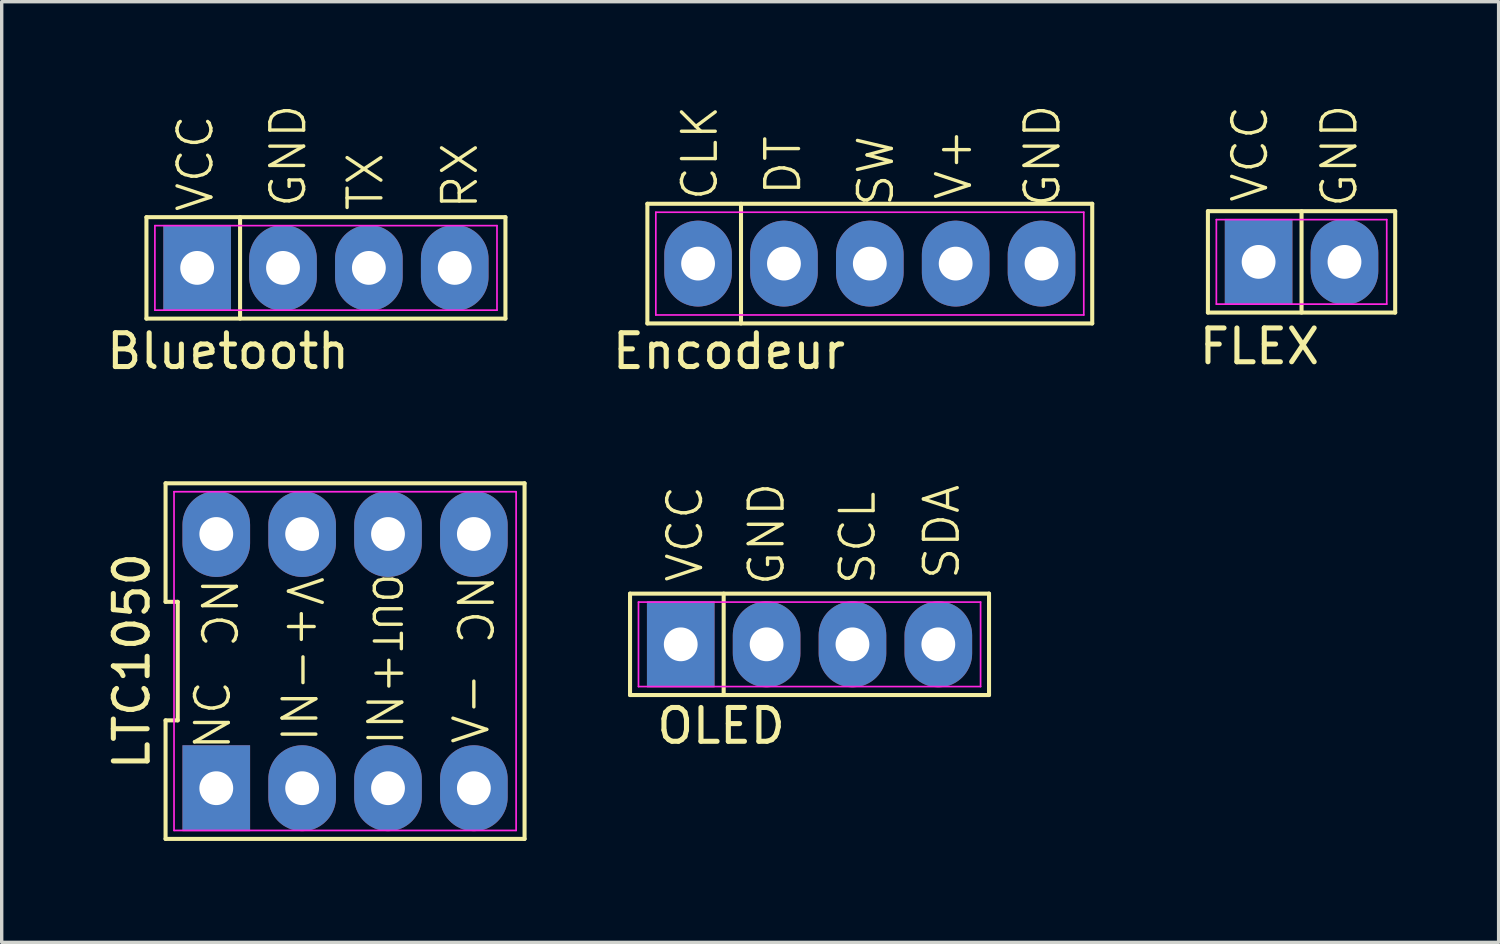
<source format=kicad_pcb>
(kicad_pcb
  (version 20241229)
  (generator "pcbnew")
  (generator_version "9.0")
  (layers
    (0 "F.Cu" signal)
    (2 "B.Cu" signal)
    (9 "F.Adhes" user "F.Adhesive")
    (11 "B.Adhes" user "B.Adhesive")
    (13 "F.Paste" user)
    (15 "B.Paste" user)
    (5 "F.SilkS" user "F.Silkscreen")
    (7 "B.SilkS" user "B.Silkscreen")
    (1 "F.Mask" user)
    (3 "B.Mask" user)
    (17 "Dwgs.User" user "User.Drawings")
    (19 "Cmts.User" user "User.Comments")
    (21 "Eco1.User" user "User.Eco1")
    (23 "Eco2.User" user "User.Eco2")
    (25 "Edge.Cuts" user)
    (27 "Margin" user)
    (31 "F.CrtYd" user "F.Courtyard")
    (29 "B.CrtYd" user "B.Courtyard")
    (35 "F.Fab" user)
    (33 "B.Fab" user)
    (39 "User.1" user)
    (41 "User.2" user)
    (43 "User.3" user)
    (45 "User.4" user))
  (footprint "OLED"
    (layer "F.Cu")
    (at 20.898 16.011)
    (property "Reference" "OLED" (at -2.616 2.413 0) (layer "F.SilkS") (effects (font (size 1 1) (thickness 0.15))))
    (attr through_hole)
    (fp_line (start -5.31 -1.5) (end 5.31 -1.5) (stroke (width 0.12) (type default)) (layer "F.SilkS"))
    (fp_line (start -5.31 1.5) (end -5.31 -1.5) (stroke (width 0.12) (type default)) (layer "F.SilkS"))
    (fp_line (start -2.54 -1.5) (end -2.54 1.5) (stroke (width 0.12) (type default)) (layer "F.SilkS"))
    (fp_line (start 5.31 -1.5) (end 5.31 1.5) (stroke (width 0.12) (type default)) (layer "F.SilkS"))
    (fp_line (start 5.31 1.5) (end -5.31 1.5) (stroke (width 0.12) (type default)) (layer "F.SilkS"))
    (fp_line (start -5.06 -1.25) (end 5.06 -1.25) (stroke (width 0.05) (type default)) (layer "F.CrtYd"))
    (fp_line (start -5.06 1.25) (end -5.06 -1.25) (stroke (width 0.05) (type default)) (layer "F.CrtYd"))
    (fp_line (start 5.06 -1.25) (end 5.06 1.25) (stroke (width 0.05) (type default)) (layer "F.CrtYd"))
    (fp_line (start 5.06 1.25) (end -5.06 1.25) (stroke (width 0.05) (type default)) (layer "F.CrtYd"))
    (fp_text user "GND" (at -0.686 -1.676 90) (unlocked yes) (layer "F.SilkS") (effects (font (size 1 1) (thickness 0.1)) (justify left bottom)))
    (fp_text user "SDA" (at 4.496 -1.854 90) (unlocked yes) (layer "F.SilkS") (effects (font (size 1 1) (thickness 0.1)) (justify left bottom)))
    (fp_text user "SCL" (at 2.007 -1.702 90) (unlocked yes) (layer "F.SilkS") (effects (font (size 1 1) (thickness 0.1)) (justify left bottom)))
    (fp_text user "VCC" (at -3.099 -1.778 90) (unlocked yes) (layer "F.SilkS") (effects (font (size 1 1) (thickness 0.1)) (justify left bottom)))
    (pad "1" thru_hole rect (at -3.81 0) (size 2 2.54) (drill 1) (layers "*.Cu" "*.Mask"))
    (pad "2" thru_hole oval (at -1.27 0) (size 2 2.54) (drill 1) (layers "*.Cu" "*.Mask"))
    (pad "3" thru_hole oval (at 1.27 0) (size 2 2.54) (drill 1) (layers "*.Cu" "*.Mask"))
    (pad "4" thru_hole oval (at 3.81 0) (size 2 2.54) (drill 1) (layers "*.Cu" "*.Mask")))
  (footprint "FLEX"
    (layer "F.Cu")
    (at 35.453 4.697)
    (property "Reference" "FLEX" (at -1.245 2.5 0) (layer "F.SilkS") (effects (font (size 1 1) (thickness 0.15))))
    (attr through_hole)
    (fp_line (start -2.77 -1.5) (end 2.77 -1.5) (stroke (width 0.12) (type default)) (layer "F.SilkS"))
    (fp_line (start -2.77 1.5) (end -2.77 -1.5) (stroke (width 0.12) (type default)) (layer "F.SilkS"))
    (fp_line (start 0 -1.5) (end 0 1.5) (stroke (width 0.12) (type default)) (layer "F.SilkS"))
    (fp_line (start 2.77 -1.5) (end 2.77 1.5) (stroke (width 0.12) (type default)) (layer "F.SilkS"))
    (fp_line (start 2.77 1.5) (end -2.77 1.5) (stroke (width 0.12) (type default)) (layer "F.SilkS"))
    (fp_line (start -2.52 -1.25) (end 2.52 -1.25) (stroke (width 0.05) (type default)) (layer "F.CrtYd"))
    (fp_line (start -2.52 1.25) (end -2.52 -1.25) (stroke (width 0.05) (type default)) (layer "F.CrtYd"))
    (fp_line (start 2.52 -1.25) (end 2.52 1.25) (stroke (width 0.05) (type default)) (layer "F.CrtYd"))
    (fp_line (start 2.52 1.25) (end -2.52 1.25) (stroke (width 0.05) (type default)) (layer "F.CrtYd"))
    (fp_text user "GND" (at 1.702 -1.549 90) (unlocked yes) (layer "F.SilkS") (effects (font (size 1 1) (thickness 0.1)) (justify left bottom)))
    (fp_text user "VCC" (at -0.94 -1.702 90) (unlocked yes) (layer "F.SilkS") (effects (font (size 1 1) (thickness 0.1)) (justify left bottom)))
    (pad "1" thru_hole rect (at -1.27 0) (size 2 2.54) (drill 1) (layers "*.Cu" "*.Mask"))
    (pad "2" thru_hole oval (at 1.27 0) (size 2 2.54) (drill 1) (layers "*.Cu" "*.Mask")))
  (footprint "LTC1050"
    (layer "F.Cu")
    (at 7.158 16.507)
    (property "Reference" "LTC1050" (at -6.31 0 90) (layer "F.SilkS") (effects (font (size 1 1) (thickness 0.15))))
    (attr through_hole)
    (fp_line (start -5.31 -5.26) (end -5.31 -1.753) (stroke (width 0.12) (type default)) (layer "F.SilkS"))
    (fp_line (start -5.31 -1.753) (end -4.95 -1.753) (stroke (width 0.12) (type default)) (layer "F.SilkS"))
    (fp_line (start -5.31 1.753) (end -5.31 5.26) (stroke (width 0.12) (type default)) (layer "F.SilkS"))
    (fp_line (start -5.31 5.26) (end 5.31 5.26) (stroke (width 0.12) (type default)) (layer "F.SilkS"))
    (fp_line (start -4.95 -1.753) (end -4.95 1.753) (stroke (width 0.12) (type default)) (layer "F.SilkS"))
    (fp_line (start -4.95 1.753) (end -5.31 1.753) (stroke (width 0.12) (type default)) (layer "F.SilkS"))
    (fp_line (start 5.31 -5.26) (end -5.31 -5.26) (stroke (width 0.12) (type default)) (layer "F.SilkS"))
    (fp_line (start 5.31 5.26) (end 5.31 -5.26) (stroke (width 0.12) (type default)) (layer "F.SilkS"))
    (fp_line (start -5.06 -5.01) (end 5.06 -5.01) (stroke (width 0.05) (type default)) (layer "F.CrtYd"))
    (fp_line (start -5.06 5.01) (end -5.06 -5.01) (stroke (width 0.05) (type default)) (layer "F.CrtYd"))
    (fp_line (start 5.06 -5.01) (end 5.06 5.01) (stroke (width 0.05) (type default)) (layer "F.CrtYd"))
    (fp_line (start 5.06 5.01) (end -5.06 5.01) (stroke (width 0.05) (type default)) (layer "F.CrtYd"))
    (fp_text user "NC" (at 3.226 -2.616 270) (unlocked yes) (layer "F.SilkS") (effects (font (size 1 1) (thickness 0.1)) (justify left bottom)))
    (fp_text user "V-" (at 4.318 2.515 90) (unlocked yes) (layer "F.SilkS") (effects (font (size 1 1) (thickness 0.1)) (justify left bottom)))
    (fp_text user "OUT" (at 0.762 -2.642 270) (unlocked yes) (layer "F.SilkS") (effects (font (size 0.8 0.8) (thickness 0.1)) (justify left bottom)))
    (fp_text user "IN-" (at -0.737 2.464 90) (unlocked yes) (layer "F.SilkS") (effects (font (size 1 1) (thickness 0.1)) (justify left bottom)))
    (fp_text user "V+" (at -1.803 -2.565 270) (unlocked yes) (layer "F.SilkS") (effects (font (size 1 1) (thickness 0.1)) (justify left bottom)))
    (fp_text user "IN+" (at 1.803 2.565 90) (unlocked yes) (layer "F.SilkS") (effects (font (size 1 1) (thickness 0.1)) (justify left bottom)))
    (fp_text user "NC" (at -4.343 -2.515 270) (unlocked yes) (layer "F.SilkS") (effects (font (size 1 1) (thickness 0.1)) (justify left bottom)))
    (fp_text user "NC" (at -3.327 2.692 90) (unlocked yes) (layer "F.SilkS") (effects (font (size 1 1) (thickness 0.1)) (justify left bottom)))
    (pad "1" thru_hole rect (at -3.81 3.76) (size 2 2.54) (drill 1) (layers "*.Cu" "*.Mask"))
    (pad "2" thru_hole oval (at -1.27 3.76) (size 2 2.54) (drill 1) (layers "*.Cu" "*.Mask"))
    (pad "3" thru_hole oval (at 1.27 3.76) (size 2 2.54) (drill 1) (layers "*.Cu" "*.Mask"))
    (pad "4" thru_hole oval (at 3.81 3.76) (size 2 2.54) (drill 1) (layers "*.Cu" "*.Mask"))
    (pad "5" thru_hole oval (at 3.81 -3.76) (size 2 2.54) (drill 1) (layers "*.Cu" "*.Mask"))
    (pad "6" thru_hole oval (at 1.27 -3.76) (size 2 2.54) (drill 1) (layers "*.Cu" "*.Mask"))
    (pad "7" thru_hole oval (at -1.27 -3.76) (size 2 2.54) (drill 1) (layers "*.Cu" "*.Mask"))
    (pad "8" thru_hole oval (at -3.81 -3.76) (size 2 2.54) (drill 1) (layers "*.Cu" "*.Mask")))
  (footprint "Bluetooth"
    (layer "F.Cu")
    (at 6.592 4.875)
    (property "Reference" "Bluetooth" (at -2.896 2.464 0) (layer "F.SilkS") (effects (font (size 1 1) (thickness 0.15))))
    (attr through_hole)
    (fp_line (start -5.31 -1.5) (end 5.31 -1.5) (stroke (width 0.12) (type default)) (layer "F.SilkS"))
    (fp_line (start -5.31 1.5) (end -5.31 -1.5) (stroke (width 0.12) (type default)) (layer "F.SilkS"))
    (fp_line (start -2.54 -1.5) (end -2.54 1.5) (stroke (width 0.12) (type default)) (layer "F.SilkS"))
    (fp_line (start 5.31 -1.5) (end 5.31 1.5) (stroke (width 0.12) (type default)) (layer "F.SilkS"))
    (fp_line (start 5.31 1.5) (end -5.31 1.5) (stroke (width 0.12) (type default)) (layer "F.SilkS"))
    (fp_line (start -5.06 -1.25) (end 5.06 -1.25) (stroke (width 0.05) (type default)) (layer "F.CrtYd"))
    (fp_line (start -5.06 1.25) (end -5.06 -1.25) (stroke (width 0.05) (type default)) (layer "F.CrtYd"))
    (fp_line (start 5.06 -1.25) (end 5.06 1.25) (stroke (width 0.05) (type default)) (layer "F.CrtYd"))
    (fp_line (start 5.06 1.25) (end -5.06 1.25) (stroke (width 0.05) (type default)) (layer "F.CrtYd"))
    (fp_text user "RX" (at 4.547 -1.676 90) (unlocked yes) (layer "F.SilkS") (effects (font (size 1 1) (thickness 0.1)) (justify left bottom)))
    (fp_text user "TX" (at 1.753 -1.626 90) (unlocked yes) (layer "F.SilkS") (effects (font (size 1 1) (thickness 0.1)) (justify left bottom)))
    (fp_text user "GND" (at -0.533 -1.727 90) (unlocked yes) (layer "F.SilkS") (effects (font (size 1 1) (thickness 0.1)) (justify left bottom)))
    (fp_text user "VCC" (at -3.277 -1.6 90) (unlocked yes) (layer "F.SilkS") (effects (font (size 1 1) (thickness 0.1)) (justify left bottom)))
    (pad "1" thru_hole rect (at -3.81 0) (size 2 2.54) (drill 1) (layers "*.Cu" "*.Mask"))
    (pad "2" thru_hole oval (at -1.27 0) (size 2 2.54) (drill 1) (layers "*.Cu" "*.Mask"))
    (pad "3" thru_hole oval (at 1.27 0) (size 2 2.54) (drill 1) (layers "*.Cu" "*.Mask"))
    (pad "4" thru_hole oval (at 3.81 0) (size 2 2.54) (drill 1) (layers "*.Cu" "*.Mask")))
  (footprint "Encodeur"
    (layer "F.Cu")
    (at 22.681 4.748)
    (property "Reference" "Encodeur" (at -4.166 2.591 0) (layer "F.SilkS") (effects (font (size 1 1) (thickness 0.15))))
    (attr through_hole)
    (fp_line (start -6.58 -1.77) (end 6.58 -1.77) (stroke (width 0.12) (type default)) (layer "F.SilkS"))
    (fp_line (start -6.58 1.77) (end -6.58 -1.77) (stroke (width 0.12) (type default)) (layer "F.SilkS"))
    (fp_line (start -3.81 -1.77) (end -3.81 1.77) (stroke (width 0.12) (type default)) (layer "F.SilkS"))
    (fp_line (start 6.58 -1.77) (end 6.58 1.77) (stroke (width 0.12) (type default)) (layer "F.SilkS"))
    (fp_line (start 6.58 1.77) (end -6.58 1.77) (stroke (width 0.12) (type default)) (layer "F.SilkS"))
    (fp_line (start -6.33 -1.52) (end 6.33 -1.52) (stroke (width 0.05) (type default)) (layer "F.CrtYd"))
    (fp_line (start -6.33 1.52) (end -6.33 -1.52) (stroke (width 0.05) (type default)) (layer "F.CrtYd"))
    (fp_line (start 6.33 -1.52) (end 6.33 1.52) (stroke (width 0.05) (type default)) (layer "F.CrtYd"))
    (fp_line (start 6.33 1.52) (end -6.33 1.52) (stroke (width 0.05) (type default)) (layer "F.CrtYd"))
    (fp_text user "GND" (at 5.69 -1.6 90) (unlocked yes) (layer "F.SilkS") (effects (font (size 1 1) (thickness 0.1)) (justify left bottom)))
    (fp_text user "V+" (at 3.073 -1.829 90) (unlocked yes) (layer "F.SilkS") (effects (font (size 1 1) (thickness 0.1)) (justify left bottom)))
    (fp_text user "DT" (at -1.981 -1.956 90) (unlocked yes) (layer "F.SilkS") (effects (font (size 1 1) (thickness 0.1)) (justify left bottom)))
    (fp_text user "SW" (at 0.762 -1.626 90) (unlocked yes) (layer "F.SilkS") (effects (font (size 1 1) (thickness 0.1)) (justify left bottom)))
    (fp_text user "CLK" (at -4.445 -1.803 90) (unlocked yes) (layer "F.SilkS") (effects (font (size 1 1) (thickness 0.1)) (justify left bottom)))
    (pad "1" thru_hole oval (at -5.08 0) (size 2 2.54) (drill 1) (layers "*.Cu" "*.Mask"))
    (pad "2" thru_hole oval (at -2.54 0) (size 2 2.54) (drill 1) (layers "*.Cu" "*.Mask"))
    (pad "3" thru_hole oval (at 0 0) (size 2 2.54) (drill 1) (layers "*.Cu" "*.Mask"))
    (pad "4" thru_hole oval (at 2.54 0) (size 2 2.54) (drill 1) (layers "*.Cu" "*.Mask"))
    (pad "5" thru_hole oval (at 5.08 0) (size 2 2.54) (drill 1) (layers "*.Cu" "*.Mask")))
  (gr_rect
    (start -3 -3)
    (end 41.283 24.827)
    (stroke (width 0.1) (type default))
    (fill no)
    (layer "Edge.Cuts")))
</source>
